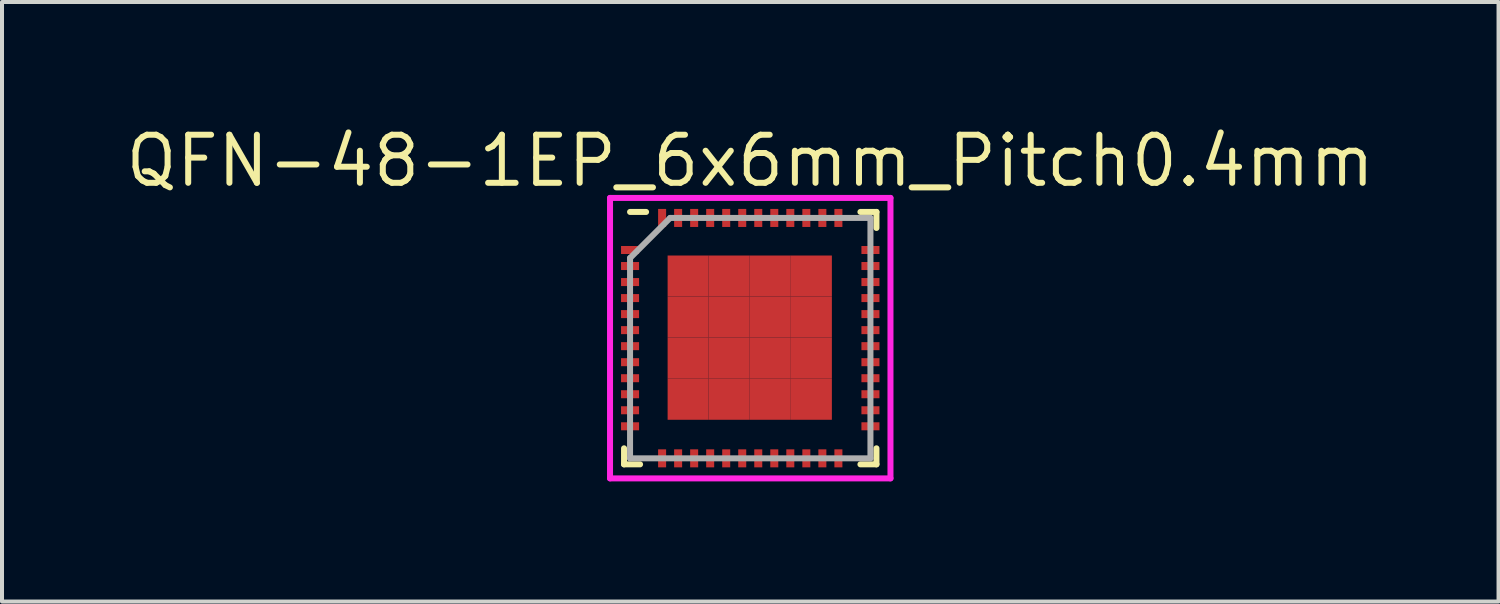
<source format=kicad_pcb>
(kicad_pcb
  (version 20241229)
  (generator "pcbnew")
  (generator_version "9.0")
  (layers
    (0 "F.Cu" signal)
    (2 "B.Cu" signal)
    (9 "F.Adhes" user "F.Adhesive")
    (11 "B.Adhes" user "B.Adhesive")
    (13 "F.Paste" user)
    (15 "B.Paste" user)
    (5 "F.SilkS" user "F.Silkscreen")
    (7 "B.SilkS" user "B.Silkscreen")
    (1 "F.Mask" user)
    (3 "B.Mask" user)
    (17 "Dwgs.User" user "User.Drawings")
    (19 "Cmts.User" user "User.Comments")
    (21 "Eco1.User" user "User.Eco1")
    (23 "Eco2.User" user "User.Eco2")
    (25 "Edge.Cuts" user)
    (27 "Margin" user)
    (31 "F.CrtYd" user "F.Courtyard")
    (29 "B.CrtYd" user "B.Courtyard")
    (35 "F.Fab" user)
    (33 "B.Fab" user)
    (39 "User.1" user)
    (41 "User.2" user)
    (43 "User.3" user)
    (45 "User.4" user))
  (footprint "QFN-48-1EP_6x6mm_Pitch0.4mm"
    (layer "F.Cu")
    (at 15.676 5.39)
    (property "Reference" "QFN-48-1EP_6x6mm_Pitch0.4mm" (at 0 -4.425 0) (layer "F.SilkS") (effects (font (size 1.2 1.2) (thickness 0.15))))
    (attr through_hole)
    (fp_line (start -3.15 3.15) (end -3.15 2.75) (stroke (width 0.15) (type solid)) (layer "F.SilkS"))
    (fp_line (start -3 -3.15) (end -2.6 -3.15) (stroke (width 0.15) (type solid)) (layer "F.SilkS"))
    (fp_line (start -2.75 3.15) (end -3.15 3.15) (stroke (width 0.15) (type solid)) (layer "F.SilkS"))
    (fp_line (start 2.75 -3.15) (end 3.15 -3.15) (stroke (width 0.15) (type solid)) (layer "F.SilkS"))
    (fp_line (start 2.75 3.15) (end 3.15 3.15) (stroke (width 0.15) (type solid)) (layer "F.SilkS"))
    (fp_line (start 3.15 -3.15) (end 3.15 -2.75) (stroke (width 0.15) (type solid)) (layer "F.SilkS"))
    (fp_line (start 3.15 3.15) (end 3.15 2.75) (stroke (width 0.15) (type solid)) (layer "F.SilkS"))
    (fp_line (start -3.5 -3.5) (end 3.5 -3.5) (stroke (width 0.15) (type solid)) (layer "F.CrtYd"))
    (fp_line (start -3.5 3.5) (end -3.5 -3.5) (stroke (width 0.15) (type solid)) (layer "F.CrtYd"))
    (fp_line (start 3.5 -3.5) (end 3.5 3.5) (stroke (width 0.15) (type solid)) (layer "F.CrtYd"))
    (fp_line (start 3.5 3.5) (end -3.5 3.5) (stroke (width 0.15) (type solid)) (layer "F.CrtYd"))
    (fp_line (start -3 -2) (end -3 3) (stroke (width 0.15) (type solid)) (layer "F.Fab"))
    (fp_line (start -3 3) (end 3 3) (stroke (width 0.15) (type solid)) (layer "F.Fab"))
    (fp_line (start -2 -3) (end -3 -2) (stroke (width 0.15) (type solid)) (layer "F.Fab"))
    (fp_line (start 3 -3) (end -2 -3) (stroke (width 0.15) (type solid)) (layer "F.Fab"))
    (fp_line (start 3 3) (end 3 -3) (stroke (width 0.15) (type solid)) (layer "F.Fab"))
    (pad "1" smd rect (at -3 -2.2 90) (size 0.2 0.45) (layers "F.Cu" "F.Mask" "F.Paste"))
    (pad "2" smd rect (at -3 -1.8 90) (size 0.2 0.45) (layers "F.Cu" "F.Mask" "F.Paste"))
    (pad "3" smd rect (at -3 -1.4 90) (size 0.2 0.45) (layers "F.Cu" "F.Mask" "F.Paste"))
    (pad "4" smd rect (at -3 -1 90) (size 0.2 0.45) (layers "F.Cu" "F.Mask" "F.Paste"))
    (pad "5" smd rect (at -3 -0.6 90) (size 0.2 0.45) (layers "F.Cu" "F.Mask" "F.Paste"))
    (pad "6" smd rect (at -3 -0.2 90) (size 0.2 0.45) (layers "F.Cu" "F.Mask" "F.Paste"))
    (pad "7" smd rect (at -3 0.2 90) (size 0.2 0.45) (layers "F.Cu" "F.Mask" "F.Paste"))
    (pad "8" smd rect (at -3 0.6 90) (size 0.2 0.45) (layers "F.Cu" "F.Mask" "F.Paste"))
    (pad "9" smd rect (at -3 1 90) (size 0.2 0.45) (layers "F.Cu" "F.Mask" "F.Paste"))
    (pad "10" smd rect (at -3 1.4 90) (size 0.2 0.45) (layers "F.Cu" "F.Mask" "F.Paste"))
    (pad "11" smd rect (at -3 1.8 90) (size 0.2 0.45) (layers "F.Cu" "F.Mask" "F.Paste"))
    (pad "12" smd rect (at -3 2.2 90) (size 0.2 0.45) (layers "F.Cu" "F.Mask" "F.Paste"))
    (pad "13" smd rect (at -2.2 3) (size 0.2 0.45) (layers "F.Cu" "F.Mask" "F.Paste"))
    (pad "14" smd rect (at -1.8 3) (size 0.2 0.45) (layers "F.Cu" "F.Mask" "F.Paste"))
    (pad "15" smd rect (at -1.4 3) (size 0.2 0.45) (layers "F.Cu" "F.Mask" "F.Paste"))
    (pad "16" smd rect (at -1 3) (size 0.2 0.45) (layers "F.Cu" "F.Mask" "F.Paste"))
    (pad "17" smd rect (at -0.6 3) (size 0.2 0.45) (layers "F.Cu" "F.Mask" "F.Paste"))
    (pad "18" smd rect (at -0.2 3) (size 0.2 0.45) (layers "F.Cu" "F.Mask" "F.Paste"))
    (pad "19" smd rect (at 0.2 3) (size 0.2 0.45) (layers "F.Cu" "F.Mask" "F.Paste"))
    (pad "20" smd rect (at 0.6 3) (size 0.2 0.45) (layers "F.Cu" "F.Mask" "F.Paste"))
    (pad "21" smd rect (at 1 3) (size 0.2 0.45) (layers "F.Cu" "F.Mask" "F.Paste"))
    (pad "22" smd rect (at 1.4 3) (size 0.2 0.45) (layers "F.Cu" "F.Mask" "F.Paste"))
    (pad "23" smd rect (at 1.8 3) (size 0.2 0.45) (layers "F.Cu" "F.Mask" "F.Paste"))
    (pad "24" smd rect (at 2.2 3) (size 0.2 0.45) (layers "F.Cu" "F.Mask" "F.Paste"))
    (pad "25" smd rect (at 3 2.2 90) (size 0.2 0.45) (layers "F.Cu" "F.Mask" "F.Paste"))
    (pad "26" smd rect (at 3 1.8 90) (size 0.2 0.45) (layers "F.Cu" "F.Mask" "F.Paste"))
    (pad "27" smd rect (at 3 1.4 90) (size 0.2 0.45) (layers "F.Cu" "F.Mask" "F.Paste"))
    (pad "28" smd rect (at 3 1 90) (size 0.2 0.45) (layers "F.Cu" "F.Mask" "F.Paste"))
    (pad "29" smd rect (at 3 0.6 90) (size 0.2 0.45) (layers "F.Cu" "F.Mask" "F.Paste"))
    (pad "30" smd rect (at 3 0.2 90) (size 0.2 0.45) (layers "F.Cu" "F.Mask" "F.Paste"))
    (pad "31" smd rect (at 3 -0.2 90) (size 0.2 0.45) (layers "F.Cu" "F.Mask" "F.Paste"))
    (pad "32" smd rect (at 3 -0.6 90) (size 0.2 0.45) (layers "F.Cu" "F.Mask" "F.Paste"))
    (pad "33" smd rect (at 3 -1 90) (size 0.2 0.45) (layers "F.Cu" "F.Mask" "F.Paste"))
    (pad "34" smd rect (at 3 -1.4 90) (size 0.2 0.45) (layers "F.Cu" "F.Mask" "F.Paste"))
    (pad "35" smd rect (at 3 -1.8 90) (size 0.2 0.45) (layers "F.Cu" "F.Mask" "F.Paste"))
    (pad "36" smd rect (at 3 -2.2 90) (size 0.2 0.45) (layers "F.Cu" "F.Mask" "F.Paste"))
    (pad "37" smd rect (at 2.2 -3) (size 0.2 0.45) (layers "F.Cu" "F.Mask" "F.Paste"))
    (pad "38" smd rect (at 1.8 -3) (size 0.2 0.45) (layers "F.Cu" "F.Mask" "F.Paste"))
    (pad "39" smd rect (at 1.4 -3) (size 0.2 0.45) (layers "F.Cu" "F.Mask" "F.Paste"))
    (pad "40" smd rect (at 1 -3) (size 0.2 0.45) (layers "F.Cu" "F.Mask" "F.Paste"))
    (pad "41" smd rect (at 0.6 -3) (size 0.2 0.45) (layers "F.Cu" "F.Mask" "F.Paste"))
    (pad "42" smd rect (at 0.2 -3) (size 0.2 0.45) (layers "F.Cu" "F.Mask" "F.Paste"))
    (pad "43" smd rect (at -0.2 -3) (size 0.2 0.45) (layers "F.Cu" "F.Mask" "F.Paste"))
    (pad "44" smd rect (at -0.6 -3) (size 0.2 0.45) (layers "F.Cu" "F.Mask" "F.Paste"))
    (pad "45" smd rect (at -1 -3) (size 0.2 0.45) (layers "F.Cu" "F.Mask" "F.Paste"))
    (pad "46" smd rect (at -1.4 -3) (size 0.2 0.45) (layers "F.Cu" "F.Mask" "F.Paste"))
    (pad "47" smd rect (at -1.8 -3) (size 0.2 0.45) (layers "F.Cu" "F.Mask" "F.Paste"))
    (pad "48" smd rect (at -2.2 -3) (size 0.2 0.45) (layers "F.Cu" "F.Mask" "F.Paste"))
    (pad "49" smd rect (at -1.55 -1.55) (size 1.025 1.025) (layers "F.Cu" "F.Mask" "F.Paste"))
    (pad "49" smd rect (at -1.55 -0.525) (size 1.025 1.025) (layers "F.Cu" "F.Mask" "F.Paste"))
    (pad "49" smd rect (at -1.55 0.5) (size 1.025 1.025) (layers "F.Cu" "F.Mask" "F.Paste"))
    (pad "49" smd rect (at -1.55 1.525) (size 1.025 1.025) (layers "F.Cu" "F.Mask" "F.Paste"))
    (pad "49" smd rect (at -0.525 -1.55) (size 1.025 1.025) (layers "F.Cu" "F.Mask" "F.Paste"))
    (pad "49" smd rect (at -0.525 -0.525) (size 1.025 1.025) (layers "F.Cu" "F.Mask" "F.Paste"))
    (pad "49" smd rect (at -0.525 0.5) (size 1.025 1.025) (layers "F.Cu" "F.Mask" "F.Paste"))
    (pad "49" smd rect (at -0.525 1.525) (size 1.025 1.025) (layers "F.Cu" "F.Mask" "F.Paste"))
    (pad "49" smd rect (at 0.5 -1.55) (size 1.025 1.025) (layers "F.Cu" "F.Mask" "F.Paste"))
    (pad "49" smd rect (at 0.5 -0.525) (size 1.025 1.025) (layers "F.Cu" "F.Mask" "F.Paste"))
    (pad "49" smd rect (at 0.5 0.5) (size 1.025 1.025) (layers "F.Cu" "F.Mask" "F.Paste"))
    (pad "49" smd rect (at 0.5 1.525) (size 1.025 1.025) (layers "F.Cu" "F.Mask" "F.Paste"))
    (pad "49" smd rect (at 1.525 -1.55) (size 1.025 1.025) (layers "F.Cu" "F.Mask" "F.Paste"))
    (pad "49" smd rect (at 1.525 -0.525) (size 1.025 1.025) (layers "F.Cu" "F.Mask" "F.Paste"))
    (pad "49" smd rect (at 1.525 0.5) (size 1.025 1.025) (layers "F.Cu" "F.Mask" "F.Paste"))
    (pad "49" smd rect (at 1.525 1.525) (size 1.025 1.025) (layers "F.Cu" "F.Mask" "F.Paste")))
  (gr_rect
    (start -3 -3)
    (end 34.353 11.965)
    (stroke (width 0.1) (type default))
    (fill no)
    (layer "Edge.Cuts")))
</source>
